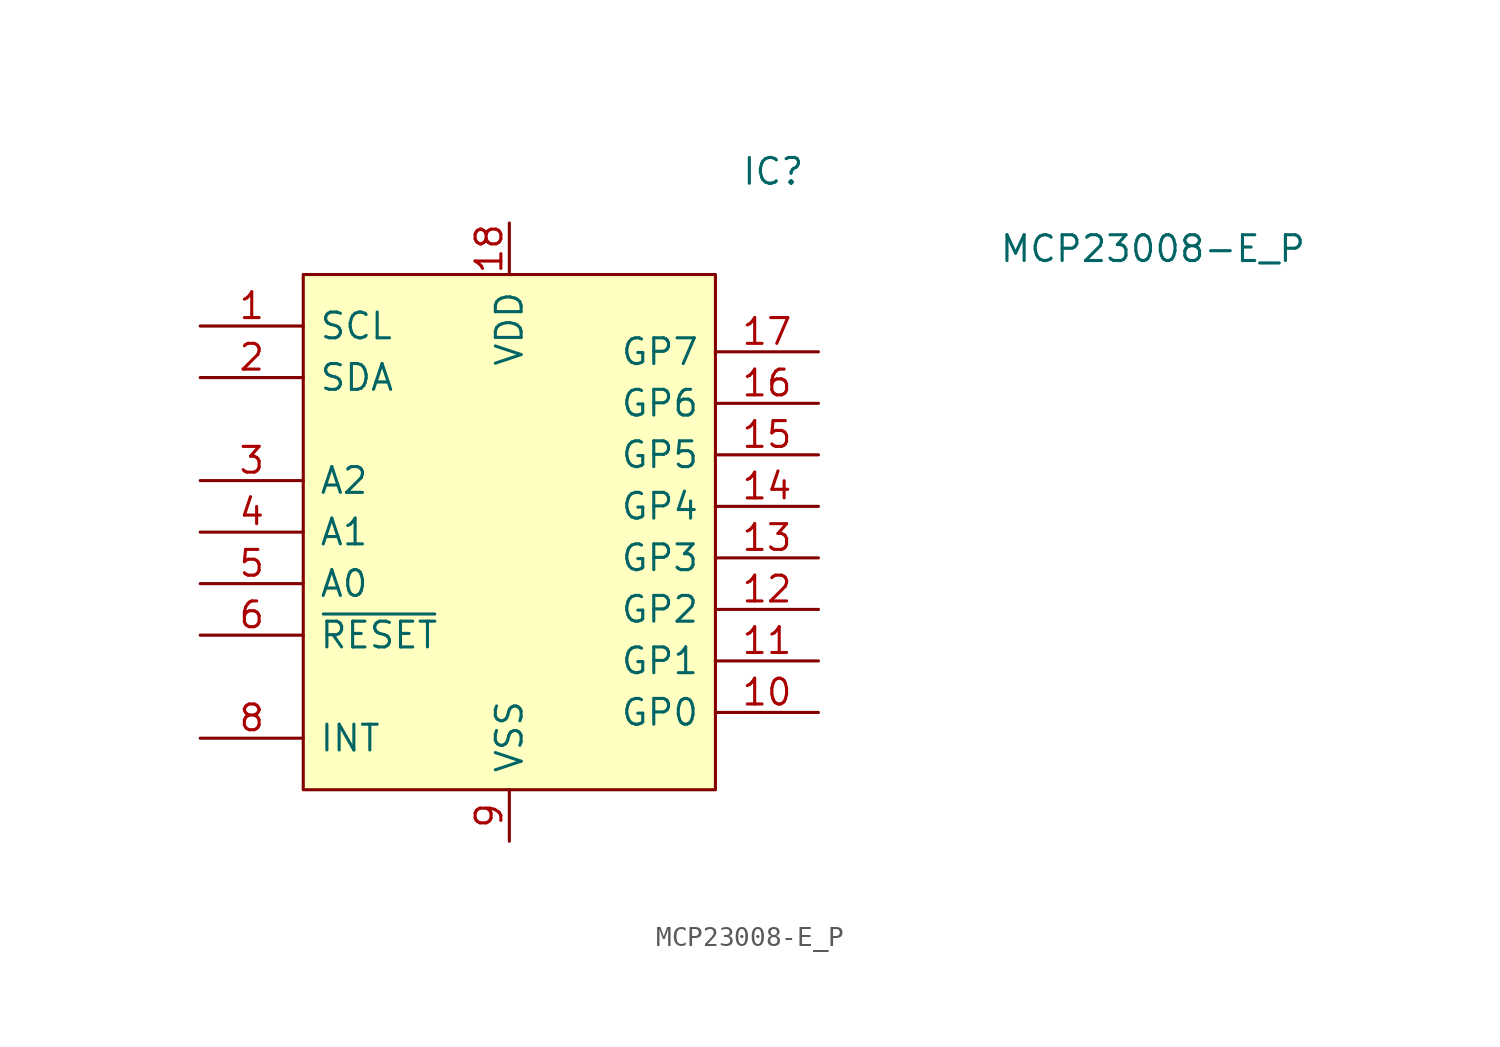
<source format=kicad_sym>
(kicad_symbol_lib
  (version 20211014)
  (generator kicad_symbol_editor)
  (symbol "MCP23008-E_P"
    (pin_names
      (offset 0.762))
    (property "Reference" "IC"
      (at 26.67 7.62 0)
      (effects (font (size 1.27 1.27)) (justify left)))
    (property "Value" "MCP23008-E_P"
      (at 39.37 3.81 0)
      (effects (font (size 1.27 1.27)) (justify left)))
    (symbol "MCP23008-E_P_0_0"
      (pin input line (at 0 0 0) (length 5.08) (name "SCL" (effects (font (size 1.27 1.27)))) (number "1" (effects (font (size 1.27 1.27)))))
      (pin passive line (at 30.48 -19.05 180) (length 5.08) (name "GP0" (effects (font (size 1.27 1.27)))) (number "10" (effects (font (size 1.27 1.27)))))
      (pin passive line (at 30.48 -16.51 180) (length 5.08) (name "GP1" (effects (font (size 1.27 1.27)))) (number "11" (effects (font (size 1.27 1.27)))))
      (pin passive line (at 30.48 -13.97 180) (length 5.08) (name "GP2" (effects (font (size 1.27 1.27)))) (number "12" (effects (font (size 1.27 1.27)))))
      (pin passive line (at 30.48 -11.43 180) (length 5.08) (name "GP3" (effects (font (size 1.27 1.27)))) (number "13" (effects (font (size 1.27 1.27)))))
      (pin passive line (at 30.48 -8.89 180) (length 5.08) (name "GP4" (effects (font (size 1.27 1.27)))) (number "14" (effects (font (size 1.27 1.27)))))
      (pin passive line (at 30.48 -6.35 180) (length 5.08) (name "GP5" (effects (font (size 1.27 1.27)))) (number "15" (effects (font (size 1.27 1.27)))))
      (pin passive line (at 30.48 -3.81 180) (length 5.08) (name "GP6" (effects (font (size 1.27 1.27)))) (number "16" (effects (font (size 1.27 1.27)))))
      (pin passive line (at 30.48 -1.27 180) (length 5.08) (name "GP7" (effects (font (size 1.27 1.27)))) (number "17" (effects (font (size 1.27 1.27)))))
      (pin passive line (at 15.24 5.08 270) (length 2.54) (name "VDD" (effects (font (size 1.27 1.27)))) (number "18" (effects (font (size 1.27 1.27)))))
      (pin bidirectional line (at 0 -2.54 0) (length 5.08) (name "SDA" (effects (font (size 1.27 1.27)))) (number "2" (effects (font (size 1.27 1.27)))))
      (pin input line (at 0 -7.62 0) (length 5.08) (name "A2" (effects (font (size 1.27 1.27)))) (number "3" (effects (font (size 1.27 1.27)))))
      (pin input line (at 0 -10.16 0) (length 5.08) (name "A1" (effects (font (size 1.27 1.27)))) (number "4" (effects (font (size 1.27 1.27)))))
      (pin input line (at 0 -12.7 0) (length 5.08) (name "A0" (effects (font (size 1.27 1.27)))) (number "5" (effects (font (size 1.27 1.27)))))
      (pin input line (at 0 -15.24 0) (length 5.08) (name "~{RESET}" (effects (font (size 1.27 1.27)))) (number "6" (effects (font (size 1.27 1.27)))))
      (pin no_connect line (at 0 -22.86 0) (length 5.08) hide (name "NC" (effects (font (size 1.27 1.27)))) (number "7" (effects (font (size 1.27 1.27)))))
      (pin output line (at 0 -20.32 0) (length 5.08) (name "INT" (effects (font (size 1.27 1.27)))) (number "8" (effects (font (size 1.27 1.27)))))
      (pin passive line (at 15.24 -25.4 90) (length 2.54) (name "VSS" (effects (font (size 1.27 1.27)))) (number "9" (effects (font (size 1.27 1.27))))))
    (symbol "MCP23008-E_P_0_1"
      (polyline (pts (xy 5.08 2.54) (xy 25.4 2.54) (xy 25.4 -22.86) (xy 5.08 -22.86) (xy 5.08 2.54)) (stroke (width 0.152) (type default) (color 0 0 0 0)) (fill (type background))))))
</source>
